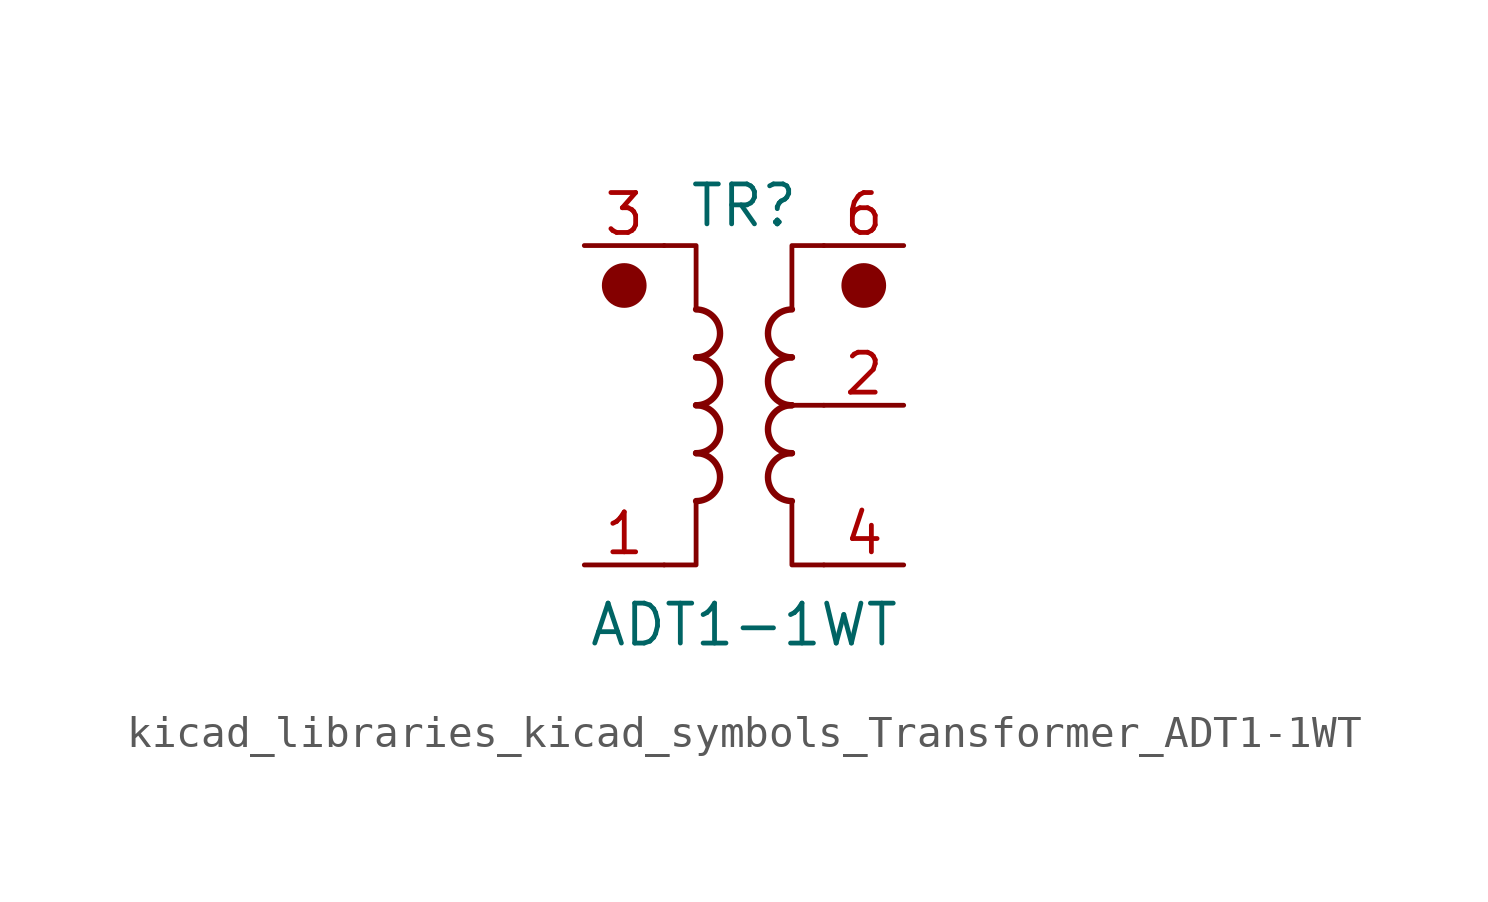
<source format=kicad_sym>
(kicad_symbol_lib
  (version 20220914)
  (generator kicad_symbol_editor)
  (symbol "kicad_libraries_kicad_symbols_Transformer_ADT1-1WT"
    (pin_names hide)
    (property "Reference" "TR"
      (at 0 6.35 0)
      (effects (font (size 1.27 1.27))))
    (property "Value" "ADT1-1WT"
      (at 0 -6.985 0)
      (effects (font (size 1.27 1.27))))
    (symbol "kicad_libraries_kicad_symbols_Transformer_ADT1-1WT_0_1"
      (circle (center -3.81 3.81) (radius 0.635) (stroke (width 0) (type default)) (fill (type outline)))
      (arc (start -1.524 -3.048) (mid -0.7653 -2.286) (end -1.524 -1.524) (stroke (width 0.2032) (type default)) (fill (type none)))
      (arc (start -1.524 -1.524) (mid -0.7653 -0.762) (end -1.524 0) (stroke (width 0.2032) (type default)) (fill (type none)))
      (arc (start -1.524 0) (mid -0.7653 0.762) (end -1.524 1.524) (stroke (width 0.2032) (type default)) (fill (type none)))
      (arc (start -1.524 1.524) (mid -0.7653 2.286) (end -1.524 3.048) (stroke (width 0.2032) (type default)) (fill (type none)))
      (polyline (pts (xy 2.54 0) (xy 1.27 0)) (stroke (width 0.152) (type default)) (fill (type none)))
      (polyline (pts (xy -2.54 5.08) (xy -1.524 5.08) (xy -1.524 3.048)) (stroke (width 0.152) (type default)) (fill (type none)))
      (polyline (pts (xy -1.524 -3.048) (xy -1.524 -5.08) (xy -2.54 -5.08)) (stroke (width 0.152) (type default)) (fill (type none)))
      (polyline (pts (xy 1.524 3.048) (xy 1.524 5.08) (xy 2.54 5.08)) (stroke (width 0.152) (type default)) (fill (type none)))
      (polyline (pts (xy 2.54 -5.08) (xy 1.524 -5.08) (xy 1.524 -3.048)) (stroke (width 0.152) (type default)) (fill (type none)))
      (arc (start 1.524 -1.524) (mid 0.7653 -2.286) (end 1.524 -3.048) (stroke (width 0.2032) (type default)) (fill (type none)))
      (arc (start 1.524 0) (mid 0.7653 -0.762) (end 1.524 -1.524) (stroke (width 0.2032) (type default)) (fill (type none)))
      (arc (start 1.524 1.524) (mid 0.7653 0.762) (end 1.524 0) (stroke (width 0.2032) (type default)) (fill (type none)))
      (arc (start 1.524 3.048) (mid 0.7653 2.286) (end 1.524 1.524) (stroke (width 0.2032) (type default)) (fill (type none)))
      (circle (center 3.81 3.81) (radius 0.635) (stroke (width 0) (type default)) (fill (type outline))))
    (symbol "kicad_libraries_kicad_symbols_Transformer_ADT1-1WT_1_1"
      (pin passive line (at -5.08 -5.08 0) (length 2.54) (name "~" (effects (font (size 1.27 1.27)))) (number "1" (effects (font (size 1.27 1.27)))))
      (pin passive line (at 5.08 0 180) (length 2.54) (name "~" (effects (font (size 1.27 1.27)))) (number "2" (effects (font (size 1.27 1.27)))))
      (pin passive line (at -5.08 5.08 0) (length 2.54) (name "~" (effects (font (size 1.27 1.27)))) (number "3" (effects (font (size 1.27 1.27)))))
      (pin passive line (at 5.08 -5.08 180) (length 2.54) (name "~" (effects (font (size 1.27 1.27)))) (number "4" (effects (font (size 1.27 1.27)))))
      (pin no_connect line (at -2.54 0 0) (length 2.54) hide (name "~" (effects (font (size 1.27 1.27)))) (number "5" (effects (font (size 1.27 1.27)))))
      (pin passive line (at 5.08 5.08 180) (length 2.54) (name "~" (effects (font (size 1.27 1.27)))) (number "6" (effects (font (size 1.27 1.27))))))))
</source>
